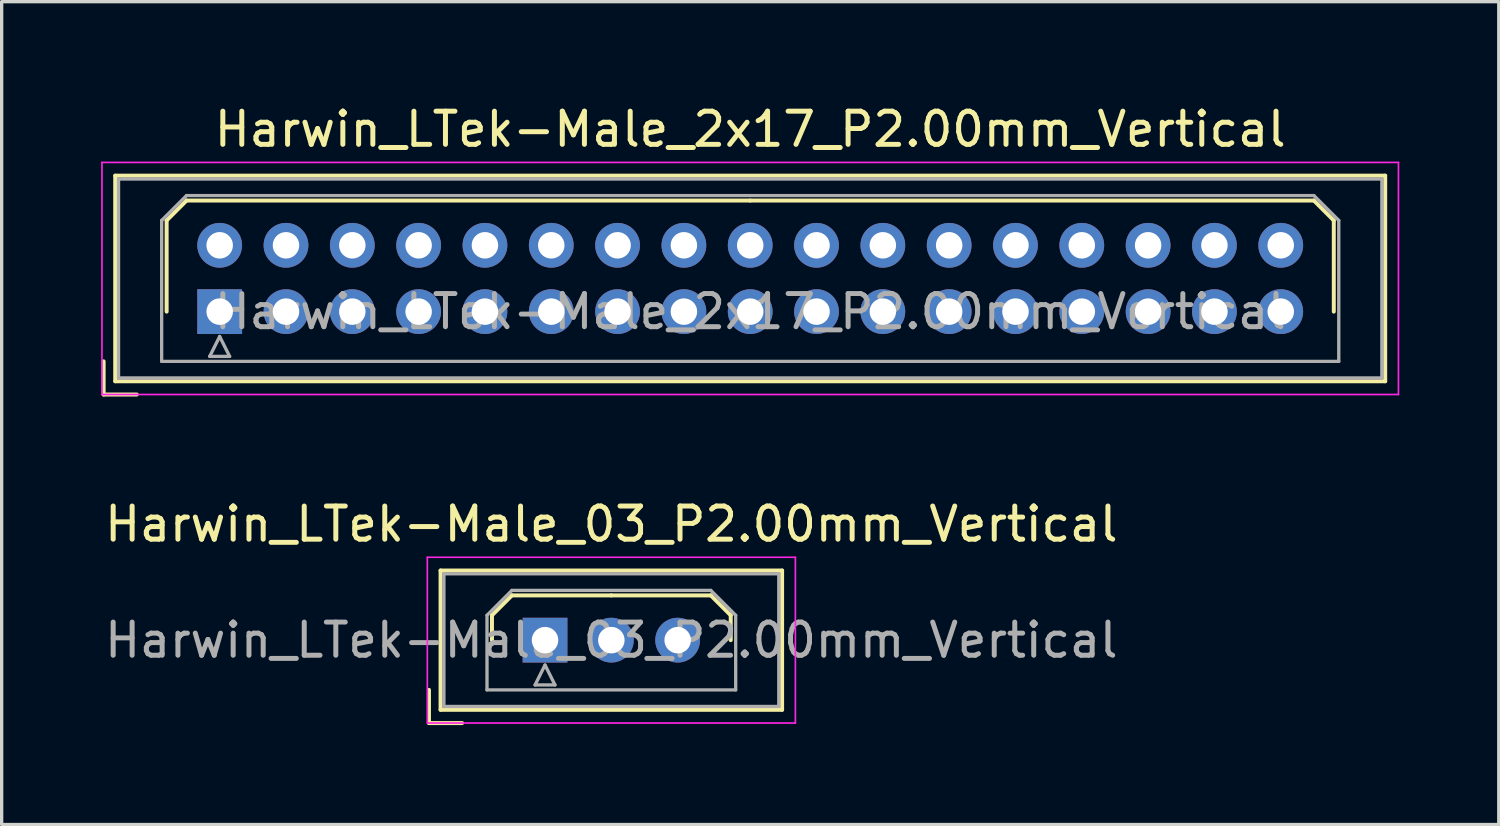
<source format=kicad_pcb>
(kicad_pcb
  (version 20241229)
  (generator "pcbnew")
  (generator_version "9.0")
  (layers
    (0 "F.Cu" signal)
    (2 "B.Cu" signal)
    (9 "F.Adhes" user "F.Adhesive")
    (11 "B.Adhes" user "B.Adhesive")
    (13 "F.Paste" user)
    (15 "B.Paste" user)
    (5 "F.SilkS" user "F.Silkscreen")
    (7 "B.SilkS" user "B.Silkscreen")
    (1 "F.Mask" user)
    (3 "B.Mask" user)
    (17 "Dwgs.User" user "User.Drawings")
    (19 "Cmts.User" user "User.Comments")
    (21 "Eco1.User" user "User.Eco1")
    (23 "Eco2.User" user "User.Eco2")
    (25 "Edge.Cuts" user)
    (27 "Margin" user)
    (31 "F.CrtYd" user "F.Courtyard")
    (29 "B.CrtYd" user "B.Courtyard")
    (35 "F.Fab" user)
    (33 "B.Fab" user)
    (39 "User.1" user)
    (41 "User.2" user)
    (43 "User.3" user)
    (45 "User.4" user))
  (footprint "Harwin_LTek-Male_2x17_P2.00mm_Vertical"
    (layer "F.Cu")
    (at 3.575 6.348)
    (property "Reference" "Harwin_LTek-Male_2x17_P2.00mm_Vertical" (at 16 -5.5 0) (layer "F.SilkS") (effects (font (size 1 1) (thickness 0.15))))
    (attr through_hole)
    (fp_line (start -3.5 1.5) (end -3.5 2.5) (stroke (width 0.12) (type solid)) (layer "F.SilkS"))
    (fp_line (start -3.5 2.5) (end -2.5 2.5) (stroke (width 0.12) (type solid)) (layer "F.SilkS"))
    (fp_line (start -3.15 -4.1) (end -3.15 2.1) (stroke (width 0.12) (type solid)) (layer "F.SilkS"))
    (fp_line (start -3.15 2.1) (end 35.15 2.1) (stroke (width 0.12) (type solid)) (layer "F.SilkS"))
    (fp_line (start -1.6 -2.75) (end -1 -3.35) (stroke (width 0.12) (type solid)) (layer "F.SilkS"))
    (fp_line (start -1.6 0) (end -1.6 -2.75) (stroke (width 0.12) (type solid)) (layer "F.SilkS"))
    (fp_line (start -1 -3.35) (end 16 -3.35) (stroke (width 0.12) (type solid)) (layer "F.SilkS"))
    (fp_line (start 33 -3.35) (end 16 -3.35) (stroke (width 0.12) (type solid)) (layer "F.SilkS"))
    (fp_line (start 33.6 -2.75) (end 33 -3.35) (stroke (width 0.12) (type solid)) (layer "F.SilkS"))
    (fp_line (start 33.6 0) (end 33.6 -2.75) (stroke (width 0.12) (type solid)) (layer "F.SilkS"))
    (fp_line (start 35.15 -4.1) (end -3.15 -4.1) (stroke (width 0.12) (type solid)) (layer "F.SilkS"))
    (fp_line (start 35.15 2.1) (end 35.15 -4.1) (stroke (width 0.12) (type solid)) (layer "F.SilkS"))
    (fp_line (start -3.55 -4.5) (end -3.55 2.5) (stroke (width 0.05) (type solid)) (layer "F.CrtYd"))
    (fp_line (start -3.55 2.5) (end 35.55 2.5) (stroke (width 0.05) (type solid)) (layer "F.CrtYd"))
    (fp_line (start 35.55 -4.5) (end -3.55 -4.5) (stroke (width 0.05) (type solid)) (layer "F.CrtYd"))
    (fp_line (start 35.55 2.5) (end 35.55 -4.5) (stroke (width 0.05) (type solid)) (layer "F.CrtYd"))
    (fp_line (start -3.05 -4) (end -3.05 2) (stroke (width 0.1) (type solid)) (layer "F.Fab"))
    (fp_line (start -3.05 2) (end 35.05 2) (stroke (width 0.1) (type solid)) (layer "F.Fab"))
    (fp_line (start -1.75 -2.75) (end -1 -3.5) (stroke (width 0.1) (type solid)) (layer "F.Fab"))
    (fp_line (start -1.75 1.5) (end -1.75 -2.75) (stroke (width 0.1) (type solid)) (layer "F.Fab"))
    (fp_line (start -1 -3.5) (end 33 -3.5) (stroke (width 0.1) (type solid)) (layer "F.Fab"))
    (fp_line (start -0.3 1.35) (end 0.3 1.35) (stroke (width 0.1) (type solid)) (layer "F.Fab"))
    (fp_line (start 0 0.75) (end -0.3 1.35) (stroke (width 0.1) (type solid)) (layer "F.Fab"))
    (fp_line (start 0.3 1.35) (end 0 0.75) (stroke (width 0.1) (type solid)) (layer "F.Fab"))
    (fp_line (start 33 -3.5) (end 33.75 -2.75) (stroke (width 0.1) (type solid)) (layer "F.Fab"))
    (fp_line (start 33.75 -2.75) (end 33.75 1.5) (stroke (width 0.1) (type solid)) (layer "F.Fab"))
    (fp_line (start 33.75 1.5) (end -1.75 1.5) (stroke (width 0.1) (type solid)) (layer "F.Fab"))
    (fp_line (start 35.05 -4) (end -3.05 -4) (stroke (width 0.1) (type solid)) (layer "F.Fab"))
    (fp_line (start 35.05 2) (end 35.05 -4) (stroke (width 0.1) (type solid)) (layer "F.Fab"))
    (fp_text user "${REFERENCE}" (at 16 0 0) (layer "F.Fab") (effects (font (size 1 1) (thickness 0.15))))
    (pad "1" thru_hole rect (at 0 0) (size 1.35 1.35) (drill 0.8) (layers "*.Cu" "*.Mask"))
    (pad "2" thru_hole circle (at 0 -2) (size 1.35 1.35) (drill 0.8) (layers "*.Cu" "*.Mask"))
    (pad "3" thru_hole circle (at 2 0) (size 1.35 1.35) (drill 0.8) (layers "*.Cu" "*.Mask"))
    (pad "4" thru_hole circle (at 2 -2) (size 1.35 1.35) (drill 0.8) (layers "*.Cu" "*.Mask"))
    (pad "5" thru_hole circle (at 4 0) (size 1.35 1.35) (drill 0.8) (layers "*.Cu" "*.Mask"))
    (pad "6" thru_hole circle (at 4 -2) (size 1.35 1.35) (drill 0.8) (layers "*.Cu" "*.Mask"))
    (pad "7" thru_hole circle (at 6 0) (size 1.35 1.35) (drill 0.8) (layers "*.Cu" "*.Mask"))
    (pad "8" thru_hole circle (at 6 -2) (size 1.35 1.35) (drill 0.8) (layers "*.Cu" "*.Mask"))
    (pad "9" thru_hole circle (at 8 0) (size 1.35 1.35) (drill 0.8) (layers "*.Cu" "*.Mask"))
    (pad "10" thru_hole circle (at 8 -2) (size 1.35 1.35) (drill 0.8) (layers "*.Cu" "*.Mask"))
    (pad "11" thru_hole circle (at 10 0) (size 1.35 1.35) (drill 0.8) (layers "*.Cu" "*.Mask"))
    (pad "12" thru_hole circle (at 10 -2) (size 1.35 1.35) (drill 0.8) (layers "*.Cu" "*.Mask"))
    (pad "13" thru_hole circle (at 12 0) (size 1.35 1.35) (drill 0.8) (layers "*.Cu" "*.Mask"))
    (pad "14" thru_hole circle (at 12 -2) (size 1.35 1.35) (drill 0.8) (layers "*.Cu" "*.Mask"))
    (pad "15" thru_hole circle (at 14 0) (size 1.35 1.35) (drill 0.8) (layers "*.Cu" "*.Mask"))
    (pad "16" thru_hole circle (at 14 -2) (size 1.35 1.35) (drill 0.8) (layers "*.Cu" "*.Mask"))
    (pad "17" thru_hole circle (at 16 0) (size 1.35 1.35) (drill 0.8) (layers "*.Cu" "*.Mask"))
    (pad "18" thru_hole circle (at 16 -2) (size 1.35 1.35) (drill 0.8) (layers "*.Cu" "*.Mask"))
    (pad "19" thru_hole circle (at 18 0) (size 1.35 1.35) (drill 0.8) (layers "*.Cu" "*.Mask"))
    (pad "20" thru_hole circle (at 18 -2) (size 1.35 1.35) (drill 0.8) (layers "*.Cu" "*.Mask"))
    (pad "21" thru_hole circle (at 20 0) (size 1.35 1.35) (drill 0.8) (layers "*.Cu" "*.Mask"))
    (pad "22" thru_hole circle (at 20 -2) (size 1.35 1.35) (drill 0.8) (layers "*.Cu" "*.Mask"))
    (pad "23" thru_hole circle (at 22 0) (size 1.35 1.35) (drill 0.8) (layers "*.Cu" "*.Mask"))
    (pad "24" thru_hole circle (at 22 -2) (size 1.35 1.35) (drill 0.8) (layers "*.Cu" "*.Mask"))
    (pad "25" thru_hole circle (at 24 0) (size 1.35 1.35) (drill 0.8) (layers "*.Cu" "*.Mask"))
    (pad "26" thru_hole circle (at 24 -2) (size 1.35 1.35) (drill 0.8) (layers "*.Cu" "*.Mask"))
    (pad "27" thru_hole circle (at 26 0) (size 1.35 1.35) (drill 0.8) (layers "*.Cu" "*.Mask"))
    (pad "28" thru_hole circle (at 26 -2) (size 1.35 1.35) (drill 0.8) (layers "*.Cu" "*.Mask"))
    (pad "29" thru_hole circle (at 28 0) (size 1.35 1.35) (drill 0.8) (layers "*.Cu" "*.Mask"))
    (pad "30" thru_hole circle (at 28 -2) (size 1.35 1.35) (drill 0.8) (layers "*.Cu" "*.Mask"))
    (pad "31" thru_hole circle (at 30 0) (size 1.35 1.35) (drill 0.8) (layers "*.Cu" "*.Mask"))
    (pad "32" thru_hole circle (at 30 -2) (size 1.35 1.35) (drill 0.8) (layers "*.Cu" "*.Mask"))
    (pad "33" thru_hole circle (at 32 0) (size 1.35 1.35) (drill 0.8) (layers "*.Cu" "*.Mask"))
    (pad "34" thru_hole circle (at 32 -2) (size 1.35 1.35) (drill 0.8) (layers "*.Cu" "*.Mask")))
  (footprint "Harwin_LTek-Male_03_P2.00mm_Vertical"
    (layer "F.Cu")
    (at 13.387 16.256)
    (property "Reference" "Harwin_LTek-Male_03_P2.00mm_Vertical" (at 2 -3.5 0) (layer "F.SilkS") (effects (font (size 1 1) (thickness 0.15))))
    (attr through_hole)
    (fp_line (start -3.5 1.5) (end -3.5 2.5) (stroke (width 0.12) (type solid)) (layer "F.SilkS"))
    (fp_line (start -3.5 2.5) (end -2.5 2.5) (stroke (width 0.12) (type solid)) (layer "F.SilkS"))
    (fp_line (start -3.15 -2.1) (end -3.15 2.1) (stroke (width 0.12) (type solid)) (layer "F.SilkS"))
    (fp_line (start -3.15 2.1) (end 7.15 2.1) (stroke (width 0.12) (type solid)) (layer "F.SilkS"))
    (fp_line (start -1.6 -0.75) (end -1 -1.35) (stroke (width 0.12) (type solid)) (layer "F.SilkS"))
    (fp_line (start -1.6 0) (end -1.6 -0.75) (stroke (width 0.12) (type solid)) (layer "F.SilkS"))
    (fp_line (start -1 -1.35) (end 2 -1.35) (stroke (width 0.12) (type solid)) (layer "F.SilkS"))
    (fp_line (start 5 -1.35) (end 2 -1.35) (stroke (width 0.12) (type solid)) (layer "F.SilkS"))
    (fp_line (start 5.6 -0.75) (end 5 -1.35) (stroke (width 0.12) (type solid)) (layer "F.SilkS"))
    (fp_line (start 5.6 0) (end 5.6 -0.75) (stroke (width 0.12) (type solid)) (layer "F.SilkS"))
    (fp_line (start 7.15 -2.1) (end -3.15 -2.1) (stroke (width 0.12) (type solid)) (layer "F.SilkS"))
    (fp_line (start 7.15 2.1) (end 7.15 -2.1) (stroke (width 0.12) (type solid)) (layer "F.SilkS"))
    (fp_line (start -3.55 -2.5) (end -3.55 2.5) (stroke (width 0.05) (type solid)) (layer "F.CrtYd"))
    (fp_line (start -3.55 2.5) (end 7.55 2.5) (stroke (width 0.05) (type solid)) (layer "F.CrtYd"))
    (fp_line (start 7.55 -2.5) (end -3.55 -2.5) (stroke (width 0.05) (type solid)) (layer "F.CrtYd"))
    (fp_line (start 7.55 2.5) (end 7.55 -2.5) (stroke (width 0.05) (type solid)) (layer "F.CrtYd"))
    (fp_line (start -3.05 -2) (end -3.05 2) (stroke (width 0.1) (type solid)) (layer "F.Fab"))
    (fp_line (start -3.05 2) (end 7.05 2) (stroke (width 0.1) (type solid)) (layer "F.Fab"))
    (fp_line (start -1.75 -0.75) (end -1 -1.5) (stroke (width 0.1) (type solid)) (layer "F.Fab"))
    (fp_line (start -1.75 1.5) (end -1.75 -0.75) (stroke (width 0.1) (type solid)) (layer "F.Fab"))
    (fp_line (start -1 -1.5) (end 5 -1.5) (stroke (width 0.1) (type solid)) (layer "F.Fab"))
    (fp_line (start -0.3 1.35) (end 0.3 1.35) (stroke (width 0.1) (type solid)) (layer "F.Fab"))
    (fp_line (start 0 0.75) (end -0.3 1.35) (stroke (width 0.1) (type solid)) (layer "F.Fab"))
    (fp_line (start 0.3 1.35) (end 0 0.75) (stroke (width 0.1) (type solid)) (layer "F.Fab"))
    (fp_line (start 5 -1.5) (end 5.75 -0.75) (stroke (width 0.1) (type solid)) (layer "F.Fab"))
    (fp_line (start 5.75 -0.75) (end 5.75 1.5) (stroke (width 0.1) (type solid)) (layer "F.Fab"))
    (fp_line (start 5.75 1.5) (end -1.75 1.5) (stroke (width 0.1) (type solid)) (layer "F.Fab"))
    (fp_line (start 7.05 -2) (end -3.05 -2) (stroke (width 0.1) (type solid)) (layer "F.Fab"))
    (fp_line (start 7.05 2) (end 7.05 -2) (stroke (width 0.1) (type solid)) (layer "F.Fab"))
    (fp_text user "${REFERENCE}" (at 2 0 0) (layer "F.Fab") (effects (font (size 1 1) (thickness 0.15))))
    (pad "1" thru_hole rect (at 0 0) (size 1.35 1.35) (drill 0.8) (layers "*.Cu" "*.Mask"))
    (pad "2" thru_hole circle (at 2 0) (size 1.35 1.35) (drill 0.8) (layers "*.Cu" "*.Mask"))
    (pad "3" thru_hole circle (at 4 0) (size 1.35 1.35) (drill 0.8) (layers "*.Cu" "*.Mask")))
  (gr_rect
    (start -3 -3)
    (end 42.15 21.817)
    (stroke (width 0.1) (type default))
    (fill no)
    (layer "Edge.Cuts")))
</source>
